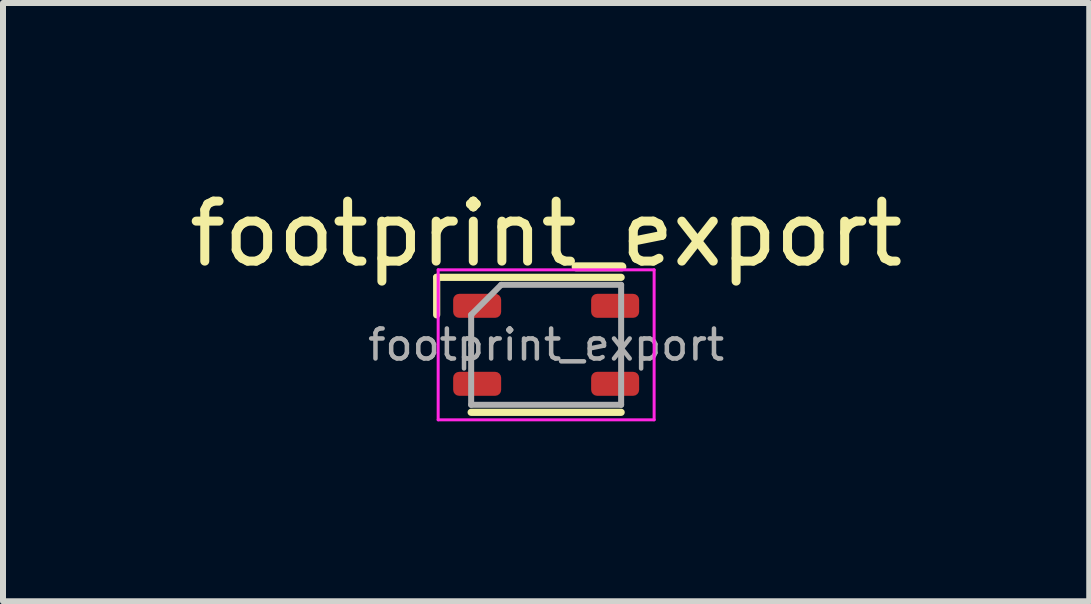
<source format=kicad_pcb>
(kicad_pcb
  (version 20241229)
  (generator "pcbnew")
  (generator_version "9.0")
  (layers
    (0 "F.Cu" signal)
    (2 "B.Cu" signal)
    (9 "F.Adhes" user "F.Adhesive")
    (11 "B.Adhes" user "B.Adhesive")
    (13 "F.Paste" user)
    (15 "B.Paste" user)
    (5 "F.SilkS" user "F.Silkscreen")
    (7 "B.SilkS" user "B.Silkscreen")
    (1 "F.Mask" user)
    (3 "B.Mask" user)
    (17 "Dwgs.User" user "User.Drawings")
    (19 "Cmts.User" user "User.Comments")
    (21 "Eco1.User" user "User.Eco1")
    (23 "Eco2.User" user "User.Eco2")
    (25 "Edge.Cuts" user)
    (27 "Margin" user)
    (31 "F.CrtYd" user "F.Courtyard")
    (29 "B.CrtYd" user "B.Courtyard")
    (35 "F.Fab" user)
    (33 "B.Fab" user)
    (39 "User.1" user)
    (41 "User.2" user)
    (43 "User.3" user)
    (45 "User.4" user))
  (footprint "footprint_export"
    (layer "F.Cu")
    (at 6.054 2.698)
    (property "Reference" "footprint_export" (at 0 -1.85 0) (layer "F.SilkS") (effects (font (size 1 1) (thickness 0.15))))
    (attr smd)
    (fp_line (start -1.825 -1.125) (end -1.825 -0.5) (stroke (width 0.12) (type default)) (layer "F.SilkS"))
    (fp_line (start -1.825 -1.125) (end 1.25 -1.125) (stroke (width 0.12) (type default)) (layer "F.SilkS"))
    (fp_line (start -1.25 1.125) (end 1.25 1.125) (stroke (width 0.12) (type default)) (layer "F.SilkS"))
    (fp_line (start -1.8 -1.25) (end 1.8 -1.25) (stroke (width 0.05) (type default)) (layer "F.CrtYd"))
    (fp_line (start -1.8 1.25) (end -1.8 -1.25) (stroke (width 0.05) (type default)) (layer "F.CrtYd"))
    (fp_line (start 1.8 -1.25) (end 1.8 1.25) (stroke (width 0.05) (type default)) (layer "F.CrtYd"))
    (fp_line (start 1.8 1.25) (end -1.8 1.25) (stroke (width 0.05) (type default)) (layer "F.CrtYd"))
    (fp_line (start -1.25 0) (end -1.25 -0.5) (stroke (width 0.1) (type default)) (layer "F.Fab"))
    (fp_line (start -1.25 1) (end -1.25 0) (stroke (width 0.1) (type default)) (layer "F.Fab"))
    (fp_line (start -0.75 -1) (end -1.25 -0.5) (stroke (width 0.1) (type default)) (layer "F.Fab"))
    (fp_line (start -0.75 -1) (end 1.25 -1) (stroke (width 0.1) (type default)) (layer "F.Fab"))
    (fp_line (start 1.25 -1) (end 1.25 1) (stroke (width 0.1) (type default)) (layer "F.Fab"))
    (fp_line (start 1.25 1) (end -1.25 1) (stroke (width 0.1) (type default)) (layer "F.Fab"))
    (fp_text user "${REFERENCE}" (at 0 0 0) (layer "F.Fab") (effects (font (size 0.5 0.5) (thickness 0.075))))
    (pad "1" smd roundrect (at -1.15 -0.65) (size 0.8 0.4) (layers "F.Cu" "F.Mask" "F.Paste") (roundrect_rratio 0.25))
    (pad "2" smd roundrect (at -1.15 0.65) (size 0.8 0.4) (layers "F.Cu" "F.Mask" "F.Paste") (roundrect_rratio 0.25))
    (pad "3" smd roundrect (at 1.15 0.65) (size 0.8 0.4) (layers "F.Cu" "F.Mask" "F.Paste") (roundrect_rratio 0.25))
    (pad "4" smd roundrect (at 1.15 -0.65) (size 0.8 0.4) (layers "F.Cu" "F.Mask" "F.Paste") (roundrect_rratio 0.25)))
  (gr_rect
    (start -3 -3)
    (end 15.107 6.973)
    (stroke (width 0.1) (type default))
    (fill no)
    (layer "Edge.Cuts")))
</source>
